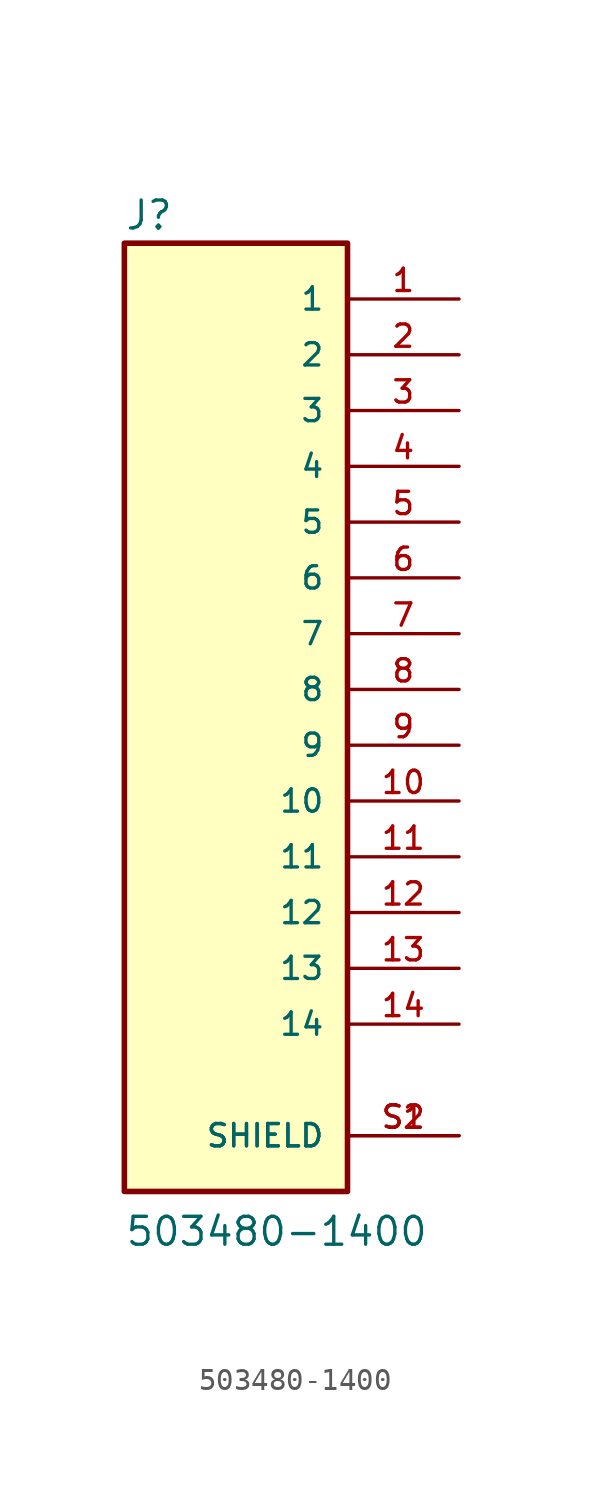
<source format=kicad_sym>
(kicad_symbol_lib
  (version 20211014)
  (generator kicad_symbol_editor)
  (symbol "503480-1400"
    (pin_names
      (offset 1.016))
    (property "Reference" "J"
      (at -5.08 20.853 0)
      (effects (font (size 1.27 1.27)) (justify left bottom)))
    (property "Value" "503480-1400"
      (at -5.08 -25.425 0)
      (effects (font (size 1.27 1.27)) (justify left bottom)))
    (property "ki_locked" ""
      (at 0 0 0)
      (effects (font (size 1.27 1.27))))
    (symbol "503480-1400_0_0"
      (rectangle (start -5.08 -22.86) (end 5.08 20.32) (stroke (width 0.254) (type default) (color 0 0 0 0)) (fill (type background)))
      (pin passive line (at 10.16 17.78 180) (length 5.08) (name "1" (effects (font (size 1.016 1.016)))) (number "1" (effects (font (size 1.016 1.016)))))
      (pin passive line (at 10.16 -5.08 180) (length 5.08) (name "10" (effects (font (size 1.016 1.016)))) (number "10" (effects (font (size 1.016 1.016)))))
      (pin passive line (at 10.16 -7.62 180) (length 5.08) (name "11" (effects (font (size 1.016 1.016)))) (number "11" (effects (font (size 1.016 1.016)))))
      (pin passive line (at 10.16 -10.16 180) (length 5.08) (name "12" (effects (font (size 1.016 1.016)))) (number "12" (effects (font (size 1.016 1.016)))))
      (pin passive line (at 10.16 -12.7 180) (length 5.08) (name "13" (effects (font (size 1.016 1.016)))) (number "13" (effects (font (size 1.016 1.016)))))
      (pin passive line (at 10.16 -15.24 180) (length 5.08) (name "14" (effects (font (size 1.016 1.016)))) (number "14" (effects (font (size 1.016 1.016)))))
      (pin passive line (at 10.16 15.24 180) (length 5.08) (name "2" (effects (font (size 1.016 1.016)))) (number "2" (effects (font (size 1.016 1.016)))))
      (pin passive line (at 10.16 12.7 180) (length 5.08) (name "3" (effects (font (size 1.016 1.016)))) (number "3" (effects (font (size 1.016 1.016)))))
      (pin passive line (at 10.16 10.16 180) (length 5.08) (name "4" (effects (font (size 1.016 1.016)))) (number "4" (effects (font (size 1.016 1.016)))))
      (pin passive line (at 10.16 7.62 180) (length 5.08) (name "5" (effects (font (size 1.016 1.016)))) (number "5" (effects (font (size 1.016 1.016)))))
      (pin passive line (at 10.16 5.08 180) (length 5.08) (name "6" (effects (font (size 1.016 1.016)))) (number "6" (effects (font (size 1.016 1.016)))))
      (pin passive line (at 10.16 2.54 180) (length 5.08) (name "7" (effects (font (size 1.016 1.016)))) (number "7" (effects (font (size 1.016 1.016)))))
      (pin passive line (at 10.16 0 180) (length 5.08) (name "8" (effects (font (size 1.016 1.016)))) (number "8" (effects (font (size 1.016 1.016)))))
      (pin passive line (at 10.16 -2.54 180) (length 5.08) (name "9" (effects (font (size 1.016 1.016)))) (number "9" (effects (font (size 1.016 1.016)))))
      (pin power_in line (at 10.16 -20.32 180) (length 5.08) (name "SHIELD" (effects (font (size 1.016 1.016)))) (number "S1" (effects (font (size 1.016 1.016)))))
      (pin power_in line (at 10.16 -20.32 180) (length 5.08) (name "SHIELD" (effects (font (size 1.016 1.016)))) (number "S2" (effects (font (size 1.016 1.016))))))))
</source>
